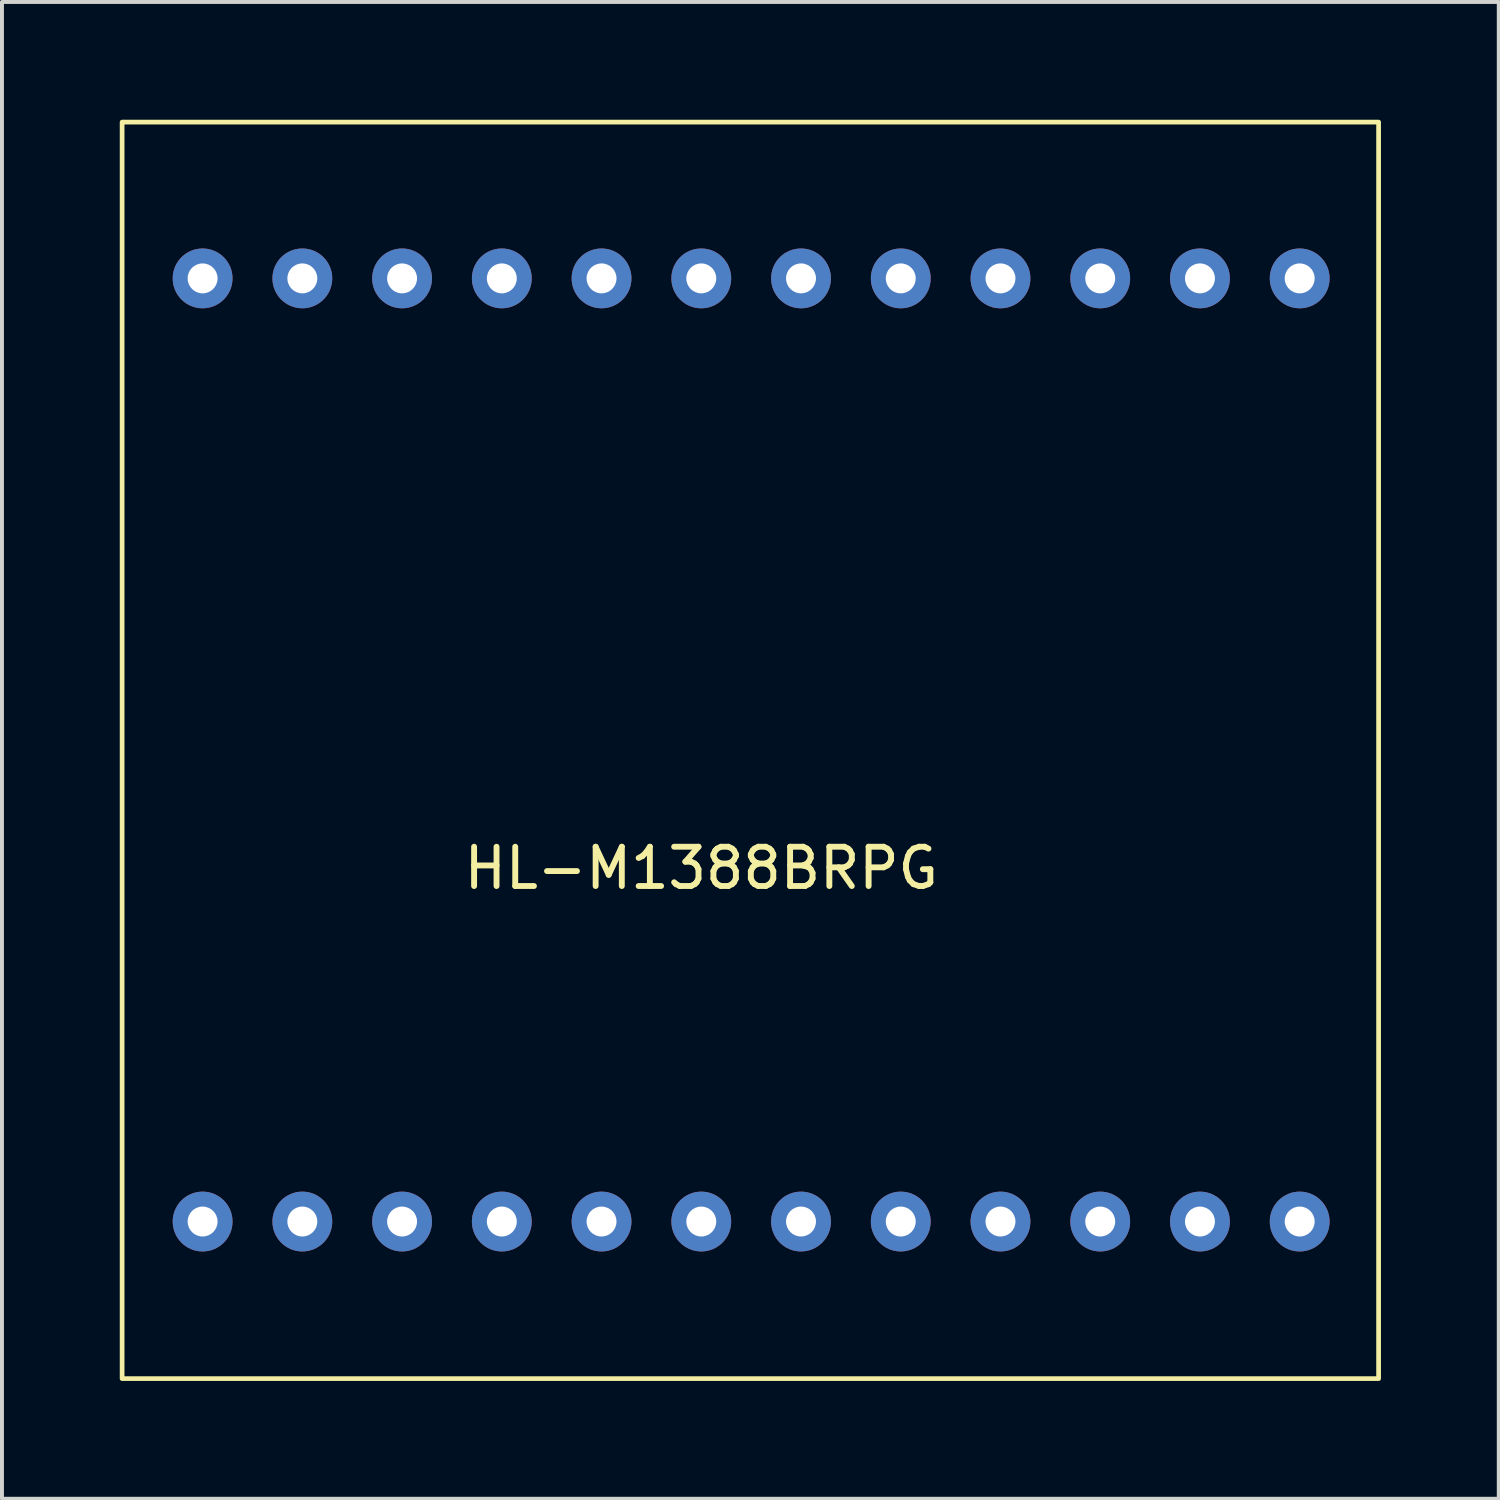
<source format=kicad_pcb>
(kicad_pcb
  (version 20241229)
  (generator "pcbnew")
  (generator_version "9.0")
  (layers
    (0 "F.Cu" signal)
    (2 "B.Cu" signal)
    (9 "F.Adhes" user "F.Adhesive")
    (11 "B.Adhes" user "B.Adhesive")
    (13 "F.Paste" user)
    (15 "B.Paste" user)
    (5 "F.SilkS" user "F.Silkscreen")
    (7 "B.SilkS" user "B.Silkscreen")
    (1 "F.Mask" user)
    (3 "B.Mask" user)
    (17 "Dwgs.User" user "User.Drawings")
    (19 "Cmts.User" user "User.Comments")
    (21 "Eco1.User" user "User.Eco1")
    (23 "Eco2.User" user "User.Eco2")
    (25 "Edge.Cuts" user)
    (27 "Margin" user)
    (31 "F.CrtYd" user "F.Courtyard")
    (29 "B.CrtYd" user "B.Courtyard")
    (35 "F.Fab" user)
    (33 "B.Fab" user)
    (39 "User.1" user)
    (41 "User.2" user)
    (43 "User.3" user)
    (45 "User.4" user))
  (footprint "HL-M1388BRPG"
    (layer "F.Cu")
    (at 14.81 15.06)
    (property "Reference" "HL-M1388BRPG" (at 0 4 0) (unlocked yes) (layer "F.SilkS") (effects (font (size 1 1) (thickness 0.15))))
    (fp_rect (start -14.75 -15) (end 17.25 17) (stroke (width 0.12) (type solid)) (fill no) (layer "F.SilkS"))
    (pad "1" thru_hole circle (at -12.7 -11.02) (size 1.524 1.524) (drill 0.762) (layers "*.Cu" "*.Mask"))
    (pad "2" thru_hole circle (at -10.16 -11.02) (size 1.524 1.524) (drill 0.762) (layers "*.Cu" "*.Mask"))
    (pad "3" thru_hole circle (at -7.62 -11.02) (size 1.524 1.524) (drill 0.762) (layers "*.Cu" "*.Mask"))
    (pad "4" thru_hole circle (at -5.08 -11.02) (size 1.524 1.524) (drill 0.762) (layers "*.Cu" "*.Mask"))
    (pad "5" thru_hole circle (at -2.54 -11.02) (size 1.524 1.524) (drill 0.762) (layers "*.Cu" "*.Mask"))
    (pad "6" thru_hole circle (at 0 -11.02) (size 1.524 1.524) (drill 0.762) (layers "*.Cu" "*.Mask"))
    (pad "7" thru_hole circle (at 2.54 -11.02) (size 1.524 1.524) (drill 0.762) (layers "*.Cu" "*.Mask"))
    (pad "8" thru_hole circle (at 5.08 -11.02) (size 1.524 1.524) (drill 0.762) (layers "*.Cu" "*.Mask"))
    (pad "9" thru_hole circle (at 7.62 -11.02) (size 1.524 1.524) (drill 0.762) (layers "*.Cu" "*.Mask"))
    (pad "10" thru_hole circle (at 10.16 -11.02) (size 1.524 1.524) (drill 0.762) (layers "*.Cu" "*.Mask"))
    (pad "11" thru_hole circle (at 12.7 -11.02) (size 1.524 1.524) (drill 0.762) (layers "*.Cu" "*.Mask"))
    (pad "12" thru_hole circle (at 15.24 -11.02) (size 1.524 1.524) (drill 0.762) (layers "*.Cu" "*.Mask"))
    (pad "13" thru_hole circle (at 15.24 13) (size 1.524 1.524) (drill 0.762) (layers "*.Cu" "*.Mask"))
    (pad "14" thru_hole circle (at 12.7 13) (size 1.524 1.524) (drill 0.762) (layers "*.Cu" "*.Mask"))
    (pad "15" thru_hole circle (at 10.16 13) (size 1.524 1.524) (drill 0.762) (layers "*.Cu" "*.Mask"))
    (pad "16" thru_hole circle (at 7.62 13) (size 1.524 1.524) (drill 0.762) (layers "*.Cu" "*.Mask"))
    (pad "17" thru_hole circle (at 5.08 13) (size 1.524 1.524) (drill 0.762) (layers "*.Cu" "*.Mask"))
    (pad "18" thru_hole circle (at 2.54 13) (size 1.524 1.524) (drill 0.762) (layers "*.Cu" "*.Mask"))
    (pad "19" thru_hole circle (at 0 13) (size 1.524 1.524) (drill 0.762) (layers "*.Cu" "*.Mask"))
    (pad "20" thru_hole circle (at -2.54 13) (size 1.524 1.524) (drill 0.762) (layers "*.Cu" "*.Mask"))
    (pad "21" thru_hole circle (at -5.08 13) (size 1.524 1.524) (drill 0.762) (layers "*.Cu" "*.Mask"))
    (pad "22" thru_hole circle (at -7.62 13) (size 1.524 1.524) (drill 0.762) (layers "*.Cu" "*.Mask"))
    (pad "23" thru_hole circle (at -10.16 13) (size 1.524 1.524) (drill 0.762) (layers "*.Cu" "*.Mask"))
    (pad "24" thru_hole circle (at -12.7 13) (size 1.524 1.524) (drill 0.762) (layers "*.Cu" "*.Mask")))
  (gr_rect
    (start -3 -3)
    (end 35.12 35.12)
    (stroke (width 0.1) (type default))
    (fill no)
    (layer "Edge.Cuts")))
</source>
